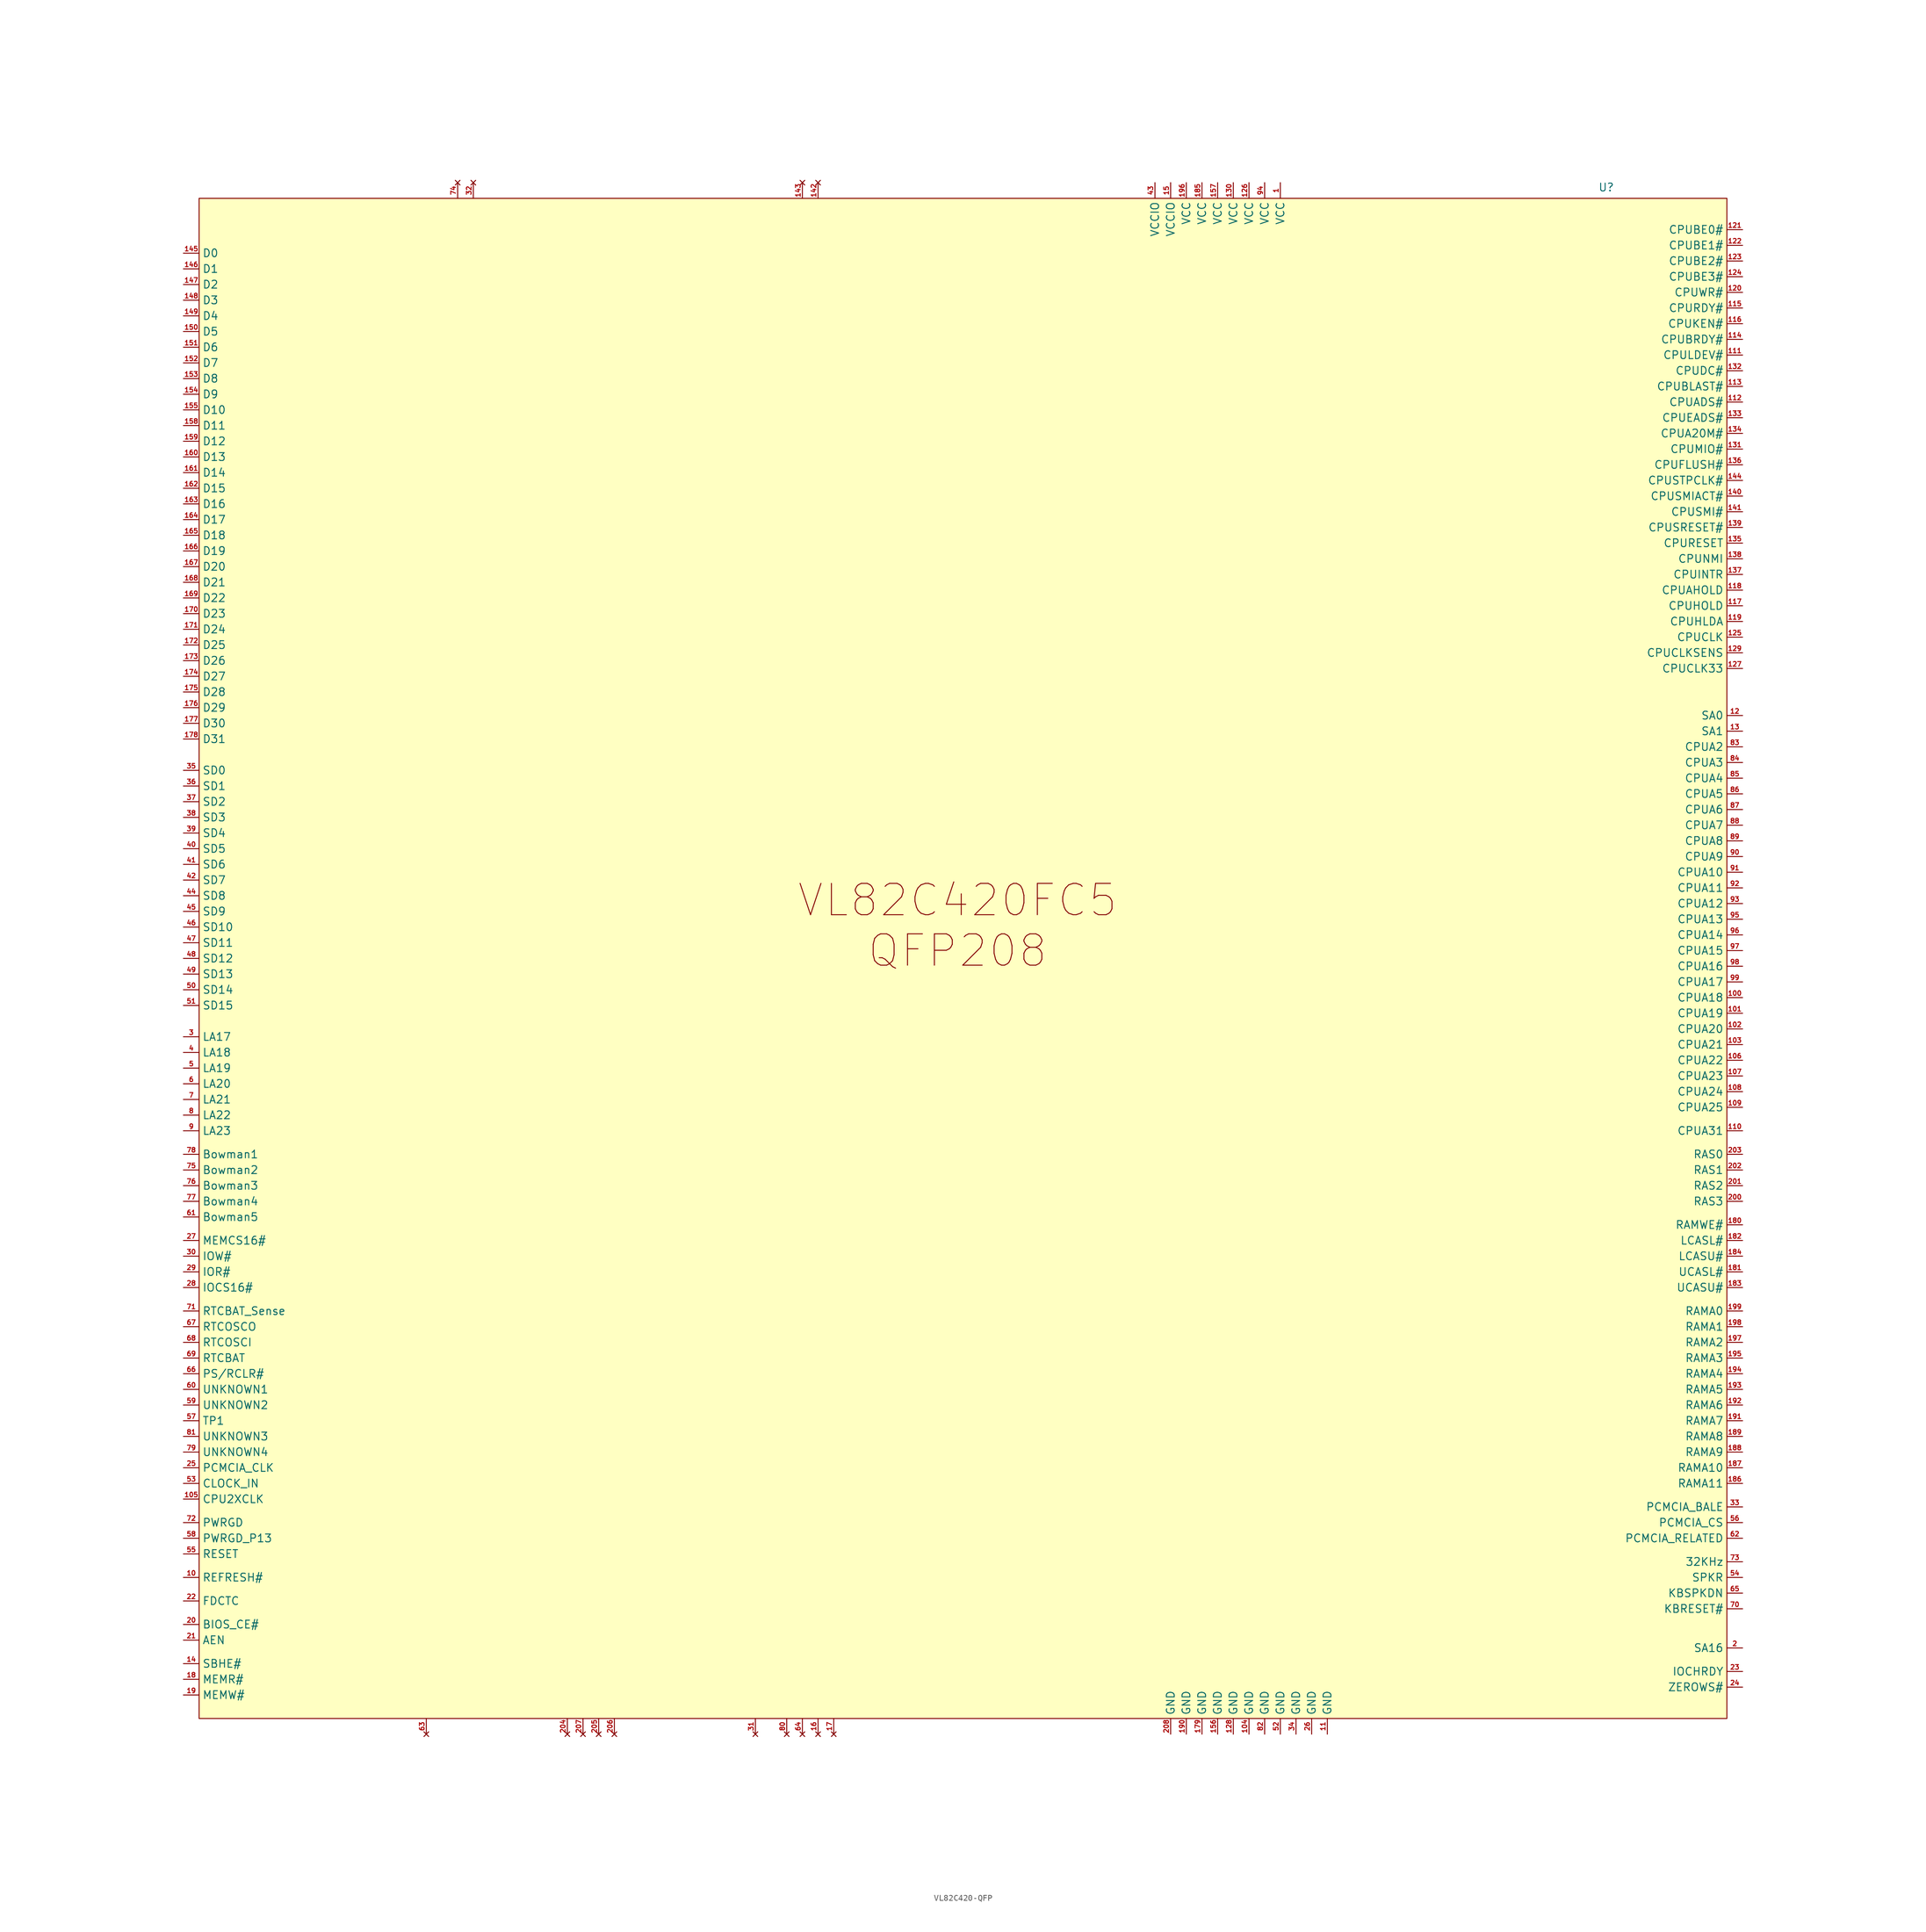
<source format=kicad_sym>
(kicad_symbol_lib
  (version 20241209)
  (generator "kicad_symbol_editor")
  (generator_version "9.0")
  (symbol "VL82C420-QFP"
    (property "Reference" "U"
      (at 104.902 119.888 0)
      (effects (font (size 1.27 1.27))))
    (property "Value" ""
      (at 0 0 0)
      (effects (font (size 1.27 1.27))))
    (symbol "VL82C420-QFP_1_1"
      (rectangle (start -123.19 118.11) (end 124.46 -128.27) (stroke (width 0) (type solid)) (fill (type color) (color 255 255 194 1)))
      (text "VL82C420FC5\nQFP208\n" (at -0.254 0.254 0) (effects (font (size 5.08 5.08))))
      (pin bidirectional line (at -125.73 109.22 0) (length 2.54) (name "D0" (effects (font (size 1.27 1.27)))) (number "145" (effects (font (size 0.762 0.762)))))
      (pin bidirectional line (at -125.73 106.68 0) (length 2.54) (name "D1" (effects (font (size 1.27 1.27)))) (number "146" (effects (font (size 0.762 0.762)))))
      (pin bidirectional line (at -125.73 104.14 0) (length 2.54) (name "D2" (effects (font (size 1.27 1.27)))) (number "147" (effects (font (size 0.762 0.762)))))
      (pin bidirectional line (at -125.73 101.6 0) (length 2.54) (name "D3" (effects (font (size 1.27 1.27)))) (number "148" (effects (font (size 0.762 0.762)))))
      (pin bidirectional line (at -125.73 99.06 0) (length 2.54) (name "D4" (effects (font (size 1.27 1.27)))) (number "149" (effects (font (size 0.762 0.762)))))
      (pin bidirectional line (at -125.73 96.52 0) (length 2.54) (name "D5" (effects (font (size 1.27 1.27)))) (number "150" (effects (font (size 0.762 0.762)))))
      (pin bidirectional line (at -125.73 93.98 0) (length 2.54) (name "D6" (effects (font (size 1.27 1.27)))) (number "151" (effects (font (size 0.762 0.762)))))
      (pin bidirectional line (at -125.73 91.44 0) (length 2.54) (name "D7" (effects (font (size 1.27 1.27)))) (number "152" (effects (font (size 0.762 0.762)))))
      (pin bidirectional line (at -125.73 88.9 0) (length 2.54) (name "D8" (effects (font (size 1.27 1.27)))) (number "153" (effects (font (size 0.762 0.762)))))
      (pin bidirectional line (at -125.73 86.36 0) (length 2.54) (name "D9" (effects (font (size 1.27 1.27)))) (number "154" (effects (font (size 0.762 0.762)))))
      (pin bidirectional line (at -125.73 83.82 0) (length 2.54) (name "D10" (effects (font (size 1.27 1.27)))) (number "155" (effects (font (size 0.762 0.762)))))
      (pin bidirectional line (at -125.73 81.28 0) (length 2.54) (name "D11" (effects (font (size 1.27 1.27)))) (number "158" (effects (font (size 0.762 0.762)))))
      (pin bidirectional line (at -125.73 78.74 0) (length 2.54) (name "D12" (effects (font (size 1.27 1.27)))) (number "159" (effects (font (size 0.762 0.762)))))
      (pin bidirectional line (at -125.73 76.2 0) (length 2.54) (name "D13" (effects (font (size 1.27 1.27)))) (number "160" (effects (font (size 0.762 0.762)))))
      (pin bidirectional line (at -125.73 73.66 0) (length 2.54) (name "D14" (effects (font (size 1.27 1.27)))) (number "161" (effects (font (size 0.762 0.762)))))
      (pin bidirectional line (at -125.73 71.12 0) (length 2.54) (name "D15" (effects (font (size 1.27 1.27)))) (number "162" (effects (font (size 0.762 0.762)))))
      (pin bidirectional line (at -125.73 68.58 0) (length 2.54) (name "D16" (effects (font (size 1.27 1.27)))) (number "163" (effects (font (size 0.762 0.762)))))
      (pin bidirectional line (at -125.73 66.04 0) (length 2.54) (name "D17" (effects (font (size 1.27 1.27)))) (number "164" (effects (font (size 0.762 0.762)))))
      (pin bidirectional line (at -125.73 63.5 0) (length 2.54) (name "D18" (effects (font (size 1.27 1.27)))) (number "165" (effects (font (size 0.762 0.762)))))
      (pin bidirectional line (at -125.73 60.96 0) (length 2.54) (name "D19" (effects (font (size 1.27 1.27)))) (number "166" (effects (font (size 0.762 0.762)))))
      (pin bidirectional line (at -125.73 58.42 0) (length 2.54) (name "D20" (effects (font (size 1.27 1.27)))) (number "167" (effects (font (size 0.762 0.762)))))
      (pin bidirectional line (at -125.73 55.88 0) (length 2.54) (name "D21" (effects (font (size 1.27 1.27)))) (number "168" (effects (font (size 0.762 0.762)))))
      (pin bidirectional line (at -125.73 53.34 0) (length 2.54) (name "D22" (effects (font (size 1.27 1.27)))) (number "169" (effects (font (size 0.762 0.762)))))
      (pin bidirectional line (at -125.73 50.8 0) (length 2.54) (name "D23" (effects (font (size 1.27 1.27)))) (number "170" (effects (font (size 0.762 0.762)))))
      (pin bidirectional line (at -125.73 48.26 0) (length 2.54) (name "D24" (effects (font (size 1.27 1.27)))) (number "171" (effects (font (size 0.762 0.762)))))
      (pin bidirectional line (at -125.73 45.72 0) (length 2.54) (name "D25" (effects (font (size 1.27 1.27)))) (number "172" (effects (font (size 0.762 0.762)))))
      (pin bidirectional line (at -125.73 43.18 0) (length 2.54) (name "D26" (effects (font (size 1.27 1.27)))) (number "173" (effects (font (size 0.762 0.762)))))
      (pin bidirectional line (at -125.73 40.64 0) (length 2.54) (name "D27" (effects (font (size 1.27 1.27)))) (number "174" (effects (font (size 0.762 0.762)))))
      (pin bidirectional line (at -125.73 38.1 0) (length 2.54) (name "D28" (effects (font (size 1.27 1.27)))) (number "175" (effects (font (size 0.762 0.762)))))
      (pin bidirectional line (at -125.73 35.56 0) (length 2.54) (name "D29" (effects (font (size 1.27 1.27)))) (number "176" (effects (font (size 0.762 0.762)))))
      (pin bidirectional line (at -125.73 33.02 0) (length 2.54) (name "D30" (effects (font (size 1.27 1.27)))) (number "177" (effects (font (size 0.762 0.762)))))
      (pin bidirectional line (at -125.73 30.48 0) (length 2.54) (name "D31" (effects (font (size 1.27 1.27)))) (number "178" (effects (font (size 0.762 0.762)))))
      (pin bidirectional line (at -125.73 25.4 0) (length 2.54) (name "SD0" (effects (font (size 1.27 1.27)))) (number "35" (effects (font (size 0.762 0.762)))))
      (pin bidirectional line (at -125.73 22.86 0) (length 2.54) (name "SD1" (effects (font (size 1.27 1.27)))) (number "36" (effects (font (size 0.762 0.762)))))
      (pin bidirectional line (at -125.73 20.32 0) (length 2.54) (name "SD2" (effects (font (size 1.27 1.27)))) (number "37" (effects (font (size 0.762 0.762)))))
      (pin bidirectional line (at -125.73 17.78 0) (length 2.54) (name "SD3" (effects (font (size 1.27 1.27)))) (number "38" (effects (font (size 0.762 0.762)))))
      (pin bidirectional line (at -125.73 15.24 0) (length 2.54) (name "SD4" (effects (font (size 1.27 1.27)))) (number "39" (effects (font (size 0.762 0.762)))))
      (pin bidirectional line (at -125.73 12.7 0) (length 2.54) (name "SD5" (effects (font (size 1.27 1.27)))) (number "40" (effects (font (size 0.762 0.762)))))
      (pin bidirectional line (at -125.73 10.16 0) (length 2.54) (name "SD6" (effects (font (size 1.27 1.27)))) (number "41" (effects (font (size 0.762 0.762)))))
      (pin bidirectional line (at -125.73 7.62 0) (length 2.54) (name "SD7" (effects (font (size 1.27 1.27)))) (number "42" (effects (font (size 0.762 0.762)))))
      (pin bidirectional line (at -125.73 5.08 0) (length 2.54) (name "SD8" (effects (font (size 1.27 1.27)))) (number "44" (effects (font (size 0.762 0.762)))))
      (pin bidirectional line (at -125.73 2.54 0) (length 2.54) (name "SD9" (effects (font (size 1.27 1.27)))) (number "45" (effects (font (size 0.762 0.762)))))
      (pin bidirectional line (at -125.73 0 0) (length 2.54) (name "SD10" (effects (font (size 1.27 1.27)))) (number "46" (effects (font (size 0.762 0.762)))))
      (pin bidirectional line (at -125.73 -2.54 0) (length 2.54) (name "SD11" (effects (font (size 1.27 1.27)))) (number "47" (effects (font (size 0.762 0.762)))))
      (pin bidirectional line (at -125.73 -5.08 0) (length 2.54) (name "SD12" (effects (font (size 1.27 1.27)))) (number "48" (effects (font (size 0.762 0.762)))))
      (pin bidirectional line (at -125.73 -7.62 0) (length 2.54) (name "SD13" (effects (font (size 1.27 1.27)))) (number "49" (effects (font (size 0.762 0.762)))))
      (pin bidirectional line (at -125.73 -10.16 0) (length 2.54) (name "SD14" (effects (font (size 1.27 1.27)))) (number "50" (effects (font (size 0.762 0.762)))))
      (pin bidirectional line (at -125.73 -12.7 0) (length 2.54) (name "SD15" (effects (font (size 1.27 1.27)))) (number "51" (effects (font (size 0.762 0.762)))))
      (pin bidirectional line (at -125.73 -17.78 0) (length 2.54) (name "LA17" (effects (font (size 1.27 1.27)))) (number "3" (effects (font (size 0.762 0.762)))))
      (pin bidirectional line (at -125.73 -20.32 0) (length 2.54) (name "LA18" (effects (font (size 1.27 1.27)))) (number "4" (effects (font (size 0.762 0.762)))))
      (pin bidirectional line (at -125.73 -22.86 0) (length 2.54) (name "LA19" (effects (font (size 1.27 1.27)))) (number "5" (effects (font (size 0.762 0.762)))))
      (pin bidirectional line (at -125.73 -25.4 0) (length 2.54) (name "LA20" (effects (font (size 1.27 1.27)))) (number "6" (effects (font (size 0.762 0.762)))))
      (pin bidirectional line (at -125.73 -27.94 0) (length 2.54) (name "LA21" (effects (font (size 1.27 1.27)))) (number "7" (effects (font (size 0.762 0.762)))))
      (pin bidirectional line (at -125.73 -30.48 0) (length 2.54) (name "LA22" (effects (font (size 1.27 1.27)))) (number "8" (effects (font (size 0.762 0.762)))))
      (pin bidirectional line (at -125.73 -33.02 0) (length 2.54) (name "LA23" (effects (font (size 1.27 1.27)))) (number "9" (effects (font (size 0.762 0.762)))))
      (pin bidirectional line (at -125.73 -36.83 0) (length 2.54) (name "Bowman1" (effects (font (size 1.27 1.27)))) (number "78" (effects (font (size 0.762 0.762)))))
      (pin bidirectional line (at -125.73 -39.37 0) (length 2.54) (name "Bowman2" (effects (font (size 1.27 1.27)))) (number "75" (effects (font (size 0.762 0.762)))))
      (pin bidirectional line (at -125.73 -41.91 0) (length 2.54) (name "Bowman3" (effects (font (size 1.27 1.27)))) (number "76" (effects (font (size 0.762 0.762)))))
      (pin bidirectional line (at -125.73 -44.45 0) (length 2.54) (name "Bowman4" (effects (font (size 1.27 1.27)))) (number "77" (effects (font (size 0.762 0.762)))))
      (pin bidirectional line (at -125.73 -46.99 0) (length 2.54) (name "Bowman5" (effects (font (size 1.27 1.27)))) (number "61" (effects (font (size 0.762 0.762)))))
      (pin input line (at -125.73 -50.8 0) (length 2.54) (name "MEMCS16#" (effects (font (size 1.27 1.27)))) (number "27" (effects (font (size 0.762 0.762)))))
      (pin output line (at -125.73 -53.34 0) (length 2.54) (name "IOW#" (effects (font (size 1.27 1.27)))) (number "30" (effects (font (size 0.762 0.762)))))
      (pin output line (at -125.73 -55.88 0) (length 2.54) (name "IOR#" (effects (font (size 1.27 1.27)))) (number "29" (effects (font (size 0.762 0.762)))))
      (pin input line (at -125.73 -58.42 0) (length 2.54) (name "IOCS16#" (effects (font (size 1.27 1.27)))) (number "28" (effects (font (size 0.762 0.762)))))
      (pin bidirectional line (at -125.73 -62.23 0) (length 2.54) (name "RTCBAT_Sense" (effects (font (size 1.27 1.27)))) (number "71" (effects (font (size 0.762 0.762)))))
      (pin bidirectional line (at -125.73 -64.77 0) (length 2.54) (name "RTCOSCO" (effects (font (size 1.27 1.27)))) (number "67" (effects (font (size 0.762 0.762)))))
      (pin bidirectional line (at -125.73 -67.31 0) (length 2.54) (name "RTCOSCI" (effects (font (size 1.27 1.27)))) (number "68" (effects (font (size 0.762 0.762)))))
      (pin input line (at -125.73 -69.85 0) (length 2.54) (name "RTCBAT" (effects (font (size 1.27 1.27)))) (number "69" (effects (font (size 0.762 0.762)))))
      (pin bidirectional line (at -125.73 -72.39 0) (length 2.54) (name "PS/RCLR#" (effects (font (size 1.27 1.27)))) (number "66" (effects (font (size 0.762 0.762)))))
      (pin bidirectional line (at -125.73 -74.93 0) (length 2.54) (name "UNKNOWN1" (effects (font (size 1.27 1.27)))) (number "60" (effects (font (size 0.762 0.762)))))
      (pin bidirectional line (at -125.73 -77.47 0) (length 2.54) (name "UNKNOWN2" (effects (font (size 1.27 1.27)))) (number "59" (effects (font (size 0.762 0.762)))))
      (pin bidirectional line (at -125.73 -80.01 0) (length 2.54) (name "TP1" (effects (font (size 1.27 1.27)))) (number "57" (effects (font (size 0.762 0.762)))))
      (pin bidirectional line (at -125.73 -82.55 0) (length 2.54) (name "UNKNOWN3" (effects (font (size 1.27 1.27)))) (number "81" (effects (font (size 0.762 0.762)))))
      (pin bidirectional line (at -125.73 -85.09 0) (length 2.54) (name "UNKNOWN4" (effects (font (size 1.27 1.27)))) (number "79" (effects (font (size 0.762 0.762)))))
      (pin output line (at -125.73 -87.63 0) (length 2.54) (name "PCMCIA_CLK" (effects (font (size 1.27 1.27)))) (number "25" (effects (font (size 0.762 0.762)))))
      (pin input line (at -125.73 -90.17 0) (length 2.54) (name "CLOCK_IN" (effects (font (size 1.27 1.27)))) (number "53" (effects (font (size 0.762 0.762)))))
      (pin input line (at -125.73 -92.71 0) (length 2.54) (name "CPU2XCLK" (effects (font (size 1.27 1.27)))) (number "105" (effects (font (size 0.762 0.762)))))
      (pin output line (at -125.73 -96.52 0) (length 2.54) (name "PWRGD" (effects (font (size 1.27 1.27)))) (number "72" (effects (font (size 0.762 0.762)))))
      (pin output line (at -125.73 -99.06 0) (length 2.54) (name "PWRGD_P13" (effects (font (size 1.27 1.27)))) (number "58" (effects (font (size 0.762 0.762)))))
      (pin bidirectional line (at -125.73 -101.6 0) (length 2.54) (name "RESET" (effects (font (size 1.27 1.27)))) (number "55" (effects (font (size 0.762 0.762)))))
      (pin bidirectional line (at -125.73 -105.41 0) (length 2.54) (name "REFRESH#" (effects (font (size 1.27 1.27)))) (number "10" (effects (font (size 0.762 0.762)))))
      (pin bidirectional line (at -125.73 -109.22 0) (length 2.54) (name "FDCTC" (effects (font (size 1.27 1.27)))) (number "22" (effects (font (size 0.762 0.762)))))
      (pin output line (at -125.73 -113.03 0) (length 2.54) (name "BIOS_CE#" (effects (font (size 1.27 1.27)))) (number "20" (effects (font (size 0.762 0.762)))))
      (pin output line (at -125.73 -115.57 0) (length 2.54) (name "AEN" (effects (font (size 1.27 1.27)))) (number "21" (effects (font (size 0.762 0.762)))))
      (pin bidirectional line (at -125.73 -119.38 0) (length 2.54) (name "SBHE#" (effects (font (size 1.27 1.27)))) (number "14" (effects (font (size 0.762 0.762)))))
      (pin bidirectional line (at -125.73 -121.92 0) (length 2.54) (name "MEMR#" (effects (font (size 1.27 1.27)))) (number "18" (effects (font (size 0.762 0.762)))))
      (pin bidirectional line (at -125.73 -124.46 0) (length 2.54) (name "MEMW#" (effects (font (size 1.27 1.27)))) (number "19" (effects (font (size 0.762 0.762)))))
      (pin no_connect line (at -86.36 -130.81 90) (length 2.54) (name "" (effects (font (size 1.27 1.27)))) (number "63" (effects (font (size 0.762 0.762)))))
      (pin no_connect line (at -81.28 120.65 270) (length 2.54) (name "" (effects (font (size 1.27 1.27)))) (number "74" (effects (font (size 0.762 0.762)))))
      (pin no_connect line (at -78.74 120.65 270) (length 2.54) (name "" (effects (font (size 1.27 1.27)))) (number "32" (effects (font (size 0.762 0.762)))))
      (pin no_connect line (at -63.5 -130.81 90) (length 2.54) (name "" (effects (font (size 1.27 1.27)))) (number "204" (effects (font (size 0.762 0.762)))))
      (pin no_connect line (at -60.96 -130.81 90) (length 2.54) (name "" (effects (font (size 1.27 1.27)))) (number "207" (effects (font (size 0.762 0.762)))))
      (pin no_connect line (at -58.42 -130.81 90) (length 2.54) (name "" (effects (font (size 1.27 1.27)))) (number "205" (effects (font (size 0.762 0.762)))))
      (pin no_connect line (at -55.88 -130.81 90) (length 2.54) (name "" (effects (font (size 1.27 1.27)))) (number "206" (effects (font (size 0.762 0.762)))))
      (pin no_connect line (at -33.02 -130.81 90) (length 2.54) (name "" (effects (font (size 1.27 1.27)))) (number "31" (effects (font (size 0.762 0.762)))))
      (pin no_connect line (at -27.94 -130.81 90) (length 2.54) (name "" (effects (font (size 1.27 1.27)))) (number "80" (effects (font (size 0.762 0.762)))))
      (pin no_connect line (at -25.4 120.65 270) (length 2.54) (name "" (effects (font (size 1.27 1.27)))) (number "143" (effects (font (size 0.762 0.762)))))
      (pin no_connect line (at -25.4 -130.81 90) (length 2.54) (name "" (effects (font (size 1.27 1.27)))) (number "64" (effects (font (size 0.762 0.762)))))
      (pin no_connect line (at -22.86 120.65 270) (length 2.54) (name "" (effects (font (size 1.27 1.27)))) (number "142" (effects (font (size 0.762 0.762)))))
      (pin no_connect line (at -22.86 -130.81 90) (length 2.54) (name "" (effects (font (size 1.27 1.27)))) (number "16" (effects (font (size 0.762 0.762)))))
      (pin no_connect line (at -20.32 -130.81 90) (length 2.54) (name "" (effects (font (size 1.27 1.27)))) (number "17" (effects (font (size 0.762 0.762)))))
      (pin power_in line (at 31.75 120.65 270) (length 2.54) (name "VCCIO" (effects (font (size 1.27 1.27)))) (number "43" (effects (font (size 0.762 0.762)))))
      (pin power_in line (at 34.29 120.65 270) (length 2.54) (name "VCCIO" (effects (font (size 1.27 1.27)))) (number "15" (effects (font (size 0.762 0.762)))))
      (pin power_in line (at 34.29 -130.81 90) (length 2.54) (name "GND" (effects (font (size 1.27 1.27)))) (number "208" (effects (font (size 0.762 0.762)))))
      (pin power_in line (at 36.83 120.65 270) (length 2.54) (name "VCC" (effects (font (size 1.27 1.27)))) (number "196" (effects (font (size 0.762 0.762)))))
      (pin power_in line (at 36.83 -130.81 90) (length 2.54) (name "GND" (effects (font (size 1.27 1.27)))) (number "190" (effects (font (size 0.762 0.762)))))
      (pin power_in line (at 39.37 120.65 270) (length 2.54) (name "VCC" (effects (font (size 1.27 1.27)))) (number "185" (effects (font (size 0.762 0.762)))))
      (pin power_in line (at 39.37 -130.81 90) (length 2.54) (name "GND" (effects (font (size 1.27 1.27)))) (number "179" (effects (font (size 0.762 0.762)))))
      (pin power_in line (at 41.91 120.65 270) (length 2.54) (name "VCC" (effects (font (size 1.27 1.27)))) (number "157" (effects (font (size 0.762 0.762)))))
      (pin power_in line (at 41.91 -130.81 90) (length 2.54) (name "GND" (effects (font (size 1.27 1.27)))) (number "156" (effects (font (size 0.762 0.762)))))
      (pin power_in line (at 44.45 120.65 270) (length 2.54) (name "VCC" (effects (font (size 1.27 1.27)))) (number "130" (effects (font (size 0.762 0.762)))))
      (pin power_in line (at 44.45 -130.81 90) (length 2.54) (name "GND" (effects (font (size 1.27 1.27)))) (number "128" (effects (font (size 0.762 0.762)))))
      (pin power_in line (at 46.99 120.65 270) (length 2.54) (name "VCC" (effects (font (size 1.27 1.27)))) (number "126" (effects (font (size 0.762 0.762)))))
      (pin power_in line (at 46.99 -130.81 90) (length 2.54) (name "GND" (effects (font (size 1.27 1.27)))) (number "104" (effects (font (size 0.762 0.762)))))
      (pin power_in line (at 49.53 120.65 270) (length 2.54) (name "VCC" (effects (font (size 1.27 1.27)))) (number "94" (effects (font (size 0.762 0.762)))))
      (pin power_in line (at 49.53 -130.81 90) (length 2.54) (name "GND" (effects (font (size 1.27 1.27)))) (number "82" (effects (font (size 0.762 0.762)))))
      (pin power_in line (at 52.07 120.65 270) (length 2.54) (name "VCC" (effects (font (size 1.27 1.27)))) (number "1" (effects (font (size 0.762 0.762)))))
      (pin power_in line (at 52.07 -130.81 90) (length 2.54) (name "GND" (effects (font (size 1.27 1.27)))) (number "52" (effects (font (size 0.762 0.762)))))
      (pin power_in line (at 54.61 -130.81 90) (length 2.54) (name "GND" (effects (font (size 1.27 1.27)))) (number "34" (effects (font (size 0.762 0.762)))))
      (pin power_in line (at 57.15 -130.81 90) (length 2.54) (name "GND" (effects (font (size 1.27 1.27)))) (number "26" (effects (font (size 0.762 0.762)))))
      (pin power_in line (at 59.69 -130.81 90) (length 2.54) (name "GND" (effects (font (size 1.27 1.27)))) (number "11" (effects (font (size 0.762 0.762)))))
      (pin input line (at 127 113.03 180) (length 2.54) (name "CPUBE0#" (effects (font (size 1.27 1.27)))) (number "121" (effects (font (size 0.762 0.762)))))
      (pin input line (at 127 110.49 180) (length 2.54) (name "CPUBE1#" (effects (font (size 1.27 1.27)))) (number "122" (effects (font (size 0.762 0.762)))))
      (pin input line (at 127 107.95 180) (length 2.54) (name "CPUBE2#" (effects (font (size 1.27 1.27)))) (number "123" (effects (font (size 0.762 0.762)))))
      (pin input line (at 127 105.41 180) (length 2.54) (name "CPUBE3#" (effects (font (size 1.27 1.27)))) (number "124" (effects (font (size 0.762 0.762)))))
      (pin input line (at 127 102.87 180) (length 2.54) (name "CPUWR#" (effects (font (size 1.27 1.27)))) (number "120" (effects (font (size 0.762 0.762)))))
      (pin output line (at 127 100.33 180) (length 2.54) (name "CPURDY#" (effects (font (size 1.27 1.27)))) (number "115" (effects (font (size 0.762 0.762)))))
      (pin output line (at 127 97.79 180) (length 2.54) (name "CPUKEN#" (effects (font (size 1.27 1.27)))) (number "116" (effects (font (size 0.762 0.762)))))
      (pin output line (at 127 95.25 180) (length 2.54) (name "CPUBRDY#" (effects (font (size 1.27 1.27)))) (number "114" (effects (font (size 0.762 0.762)))))
      (pin output line (at 127 92.71 180) (length 2.54) (name "CPULDEV#" (effects (font (size 1.27 1.27)))) (number "111" (effects (font (size 0.762 0.762)))))
      (pin input line (at 127 90.17 180) (length 2.54) (name "CPUDC#" (effects (font (size 1.27 1.27)))) (number "132" (effects (font (size 0.762 0.762)))))
      (pin input line (at 127 87.63 180) (length 2.54) (name "CPUBLAST#" (effects (font (size 1.27 1.27)))) (number "113" (effects (font (size 0.762 0.762)))))
      (pin input line (at 127 85.09 180) (length 2.54) (name "CPUADS#" (effects (font (size 1.27 1.27)))) (number "112" (effects (font (size 0.762 0.762)))))
      (pin output line (at 127 82.55 180) (length 2.54) (name "CPUEADS#" (effects (font (size 1.27 1.27)))) (number "133" (effects (font (size 0.762 0.762)))))
      (pin output line (at 127 80.01 180) (length 2.54) (name "CPUA20M#" (effects (font (size 1.27 1.27)))) (number "134" (effects (font (size 0.762 0.762)))))
      (pin input line (at 127 77.47 180) (length 2.54) (name "CPUMIO#" (effects (font (size 1.27 1.27)))) (number "131" (effects (font (size 0.762 0.762)))))
      (pin output line (at 127 74.93 180) (length 2.54) (name "CPUFLUSH#" (effects (font (size 1.27 1.27)))) (number "136" (effects (font (size 0.762 0.762)))))
      (pin output line (at 127 72.39 180) (length 2.54) (name "CPUSTPCLK#" (effects (font (size 1.27 1.27)))) (number "144" (effects (font (size 0.762 0.762)))))
      (pin input line (at 127 69.85 180) (length 2.54) (name "CPUSMIACT#" (effects (font (size 1.27 1.27)))) (number "140" (effects (font (size 0.762 0.762)))))
      (pin output line (at 127 67.31 180) (length 2.54) (name "CPUSMI#" (effects (font (size 1.27 1.27)))) (number "141" (effects (font (size 0.762 0.762)))))
      (pin output line (at 127 64.77 180) (length 2.54) (name "CPUSRESET#" (effects (font (size 1.27 1.27)))) (number "139" (effects (font (size 0.762 0.762)))))
      (pin output line (at 127 62.23 180) (length 2.54) (name "CPURESET" (effects (font (size 1.27 1.27)))) (number "135" (effects (font (size 0.762 0.762)))))
      (pin output line (at 127 59.69 180) (length 2.54) (name "CPUNMI" (effects (font (size 1.27 1.27)))) (number "138" (effects (font (size 0.762 0.762)))))
      (pin output line (at 127 57.15 180) (length 2.54) (name "CPUINTR" (effects (font (size 1.27 1.27)))) (number "137" (effects (font (size 0.762 0.762)))))
      (pin output line (at 127 54.61 180) (length 2.54) (name "CPUAHOLD" (effects (font (size 1.27 1.27)))) (number "118" (effects (font (size 0.762 0.762)))))
      (pin output line (at 127 52.07 180) (length 2.54) (name "CPUHOLD" (effects (font (size 1.27 1.27)))) (number "117" (effects (font (size 0.762 0.762)))))
      (pin input line (at 127 49.53 180) (length 2.54) (name "CPUHLDA" (effects (font (size 1.27 1.27)))) (number "119" (effects (font (size 0.762 0.762)))))
      (pin output line (at 127 46.99 180) (length 2.54) (name "CPUCLK" (effects (font (size 1.27 1.27)))) (number "125" (effects (font (size 0.762 0.762)))))
      (pin output line (at 127 44.45 180) (length 2.54) (name "CPUCLKSENS" (effects (font (size 1.27 1.27)))) (number "129" (effects (font (size 0.762 0.762)))))
      (pin output line (at 127 41.91 180) (length 2.54) (name "CPUCLK33" (effects (font (size 1.27 1.27)))) (number "127" (effects (font (size 0.762 0.762)))))
      (pin bidirectional line (at 127 34.29 180) (length 2.54) (name "SA0" (effects (font (size 1.27 1.27)))) (number "12" (effects (font (size 0.762 0.762)))))
      (pin bidirectional line (at 127 31.75 180) (length 2.54) (name "SA1" (effects (font (size 1.27 1.27)))) (number "13" (effects (font (size 0.762 0.762)))))
      (pin bidirectional line (at 127 29.21 180) (length 2.54) (name "CPUA2" (effects (font (size 1.27 1.27)))) (number "83" (effects (font (size 0.762 0.762)))))
      (pin bidirectional line (at 127 26.67 180) (length 2.54) (name "CPUA3" (effects (font (size 1.27 1.27)))) (number "84" (effects (font (size 0.762 0.762)))))
      (pin bidirectional line (at 127 24.13 180) (length 2.54) (name "CPUA4" (effects (font (size 1.27 1.27)))) (number "85" (effects (font (size 0.762 0.762)))))
      (pin bidirectional line (at 127 21.59 180) (length 2.54) (name "CPUA5" (effects (font (size 1.27 1.27)))) (number "86" (effects (font (size 0.762 0.762)))))
      (pin bidirectional line (at 127 19.05 180) (length 2.54) (name "CPUA6" (effects (font (size 1.27 1.27)))) (number "87" (effects (font (size 0.762 0.762)))))
      (pin bidirectional line (at 127 16.51 180) (length 2.54) (name "CPUA7" (effects (font (size 1.27 1.27)))) (number "88" (effects (font (size 0.762 0.762)))))
      (pin bidirectional line (at 127 13.97 180) (length 2.54) (name "CPUA8" (effects (font (size 1.27 1.27)))) (number "89" (effects (font (size 0.762 0.762)))))
      (pin bidirectional line (at 127 11.43 180) (length 2.54) (name "CPUA9" (effects (font (size 1.27 1.27)))) (number "90" (effects (font (size 0.762 0.762)))))
      (pin bidirectional line (at 127 8.89 180) (length 2.54) (name "CPUA10" (effects (font (size 1.27 1.27)))) (number "91" (effects (font (size 0.762 0.762)))))
      (pin bidirectional line (at 127 6.35 180) (length 2.54) (name "CPUA11" (effects (font (size 1.27 1.27)))) (number "92" (effects (font (size 0.762 0.762)))))
      (pin bidirectional line (at 127 3.81 180) (length 2.54) (name "CPUA12" (effects (font (size 1.27 1.27)))) (number "93" (effects (font (size 0.762 0.762)))))
      (pin bidirectional line (at 127 1.27 180) (length 2.54) (name "CPUA13" (effects (font (size 1.27 1.27)))) (number "95" (effects (font (size 0.762 0.762)))))
      (pin bidirectional line (at 127 -1.27 180) (length 2.54) (name "CPUA14" (effects (font (size 1.27 1.27)))) (number "96" (effects (font (size 0.762 0.762)))))
      (pin bidirectional line (at 127 -3.81 180) (length 2.54) (name "CPUA15" (effects (font (size 1.27 1.27)))) (number "97" (effects (font (size 0.762 0.762)))))
      (pin bidirectional line (at 127 -6.35 180) (length 2.54) (name "CPUA16" (effects (font (size 1.27 1.27)))) (number "98" (effects (font (size 0.762 0.762)))))
      (pin bidirectional line (at 127 -8.89 180) (length 2.54) (name "CPUA17" (effects (font (size 1.27 1.27)))) (number "99" (effects (font (size 0.762 0.762)))))
      (pin bidirectional line (at 127 -11.43 180) (length 2.54) (name "CPUA18" (effects (font (size 1.27 1.27)))) (number "100" (effects (font (size 0.762 0.762)))))
      (pin bidirectional line (at 127 -13.97 180) (length 2.54) (name "CPUA19" (effects (font (size 1.27 1.27)))) (number "101" (effects (font (size 0.762 0.762)))))
      (pin bidirectional line (at 127 -16.51 180) (length 2.54) (name "CPUA20" (effects (font (size 1.27 1.27)))) (number "102" (effects (font (size 0.762 0.762)))))
      (pin bidirectional line (at 127 -19.05 180) (length 2.54) (name "CPUA21" (effects (font (size 1.27 1.27)))) (number "103" (effects (font (size 0.762 0.762)))))
      (pin bidirectional line (at 127 -21.59 180) (length 2.54) (name "CPUA22" (effects (font (size 1.27 1.27)))) (number "106" (effects (font (size 0.762 0.762)))))
      (pin bidirectional line (at 127 -24.13 180) (length 2.54) (name "CPUA23" (effects (font (size 1.27 1.27)))) (number "107" (effects (font (size 0.762 0.762)))))
      (pin bidirectional line (at 127 -26.67 180) (length 2.54) (name "CPUA24" (effects (font (size 1.27 1.27)))) (number "108" (effects (font (size 0.762 0.762)))))
      (pin bidirectional line (at 127 -29.21 180) (length 2.54) (name "CPUA25" (effects (font (size 1.27 1.27)))) (number "109" (effects (font (size 0.762 0.762)))))
      (pin bidirectional line (at 127 -33.02 180) (length 2.54) (name "CPUA31" (effects (font (size 1.27 1.27)))) (number "110" (effects (font (size 0.762 0.762)))))
      (pin output line (at 127 -36.83 180) (length 2.54) (name "RAS0" (effects (font (size 1.27 1.27)))) (number "203" (effects (font (size 0.762 0.762)))))
      (pin output line (at 127 -39.37 180) (length 2.54) (name "RAS1" (effects (font (size 1.27 1.27)))) (number "202" (effects (font (size 0.762 0.762)))))
      (pin output line (at 127 -41.91 180) (length 2.54) (name "RAS2" (effects (font (size 1.27 1.27)))) (number "201" (effects (font (size 0.762 0.762)))))
      (pin output line (at 127 -44.45 180) (length 2.54) (name "RAS3" (effects (font (size 1.27 1.27)))) (number "200" (effects (font (size 0.762 0.762)))))
      (pin output line (at 127 -48.26 180) (length 2.54) (name "RAMWE#" (effects (font (size 1.27 1.27)))) (number "180" (effects (font (size 0.762 0.762)))))
      (pin output line (at 127 -50.8 180) (length 2.54) (name "LCASL#" (effects (font (size 1.27 1.27)))) (number "182" (effects (font (size 0.762 0.762)))))
      (pin output line (at 127 -53.34 180) (length 2.54) (name "LCASU#" (effects (font (size 1.27 1.27)))) (number "184" (effects (font (size 0.762 0.762)))))
      (pin output line (at 127 -55.88 180) (length 2.54) (name "UCASL#" (effects (font (size 1.27 1.27)))) (number "181" (effects (font (size 0.762 0.762)))))
      (pin output line (at 127 -58.42 180) (length 2.54) (name "UCASU#" (effects (font (size 1.27 1.27)))) (number "183" (effects (font (size 0.762 0.762)))))
      (pin bidirectional line (at 127 -62.23 180) (length 2.54) (name "RAMA0" (effects (font (size 1.27 1.27)))) (number "199" (effects (font (size 0.762 0.762)))))
      (pin bidirectional line (at 127 -64.77 180) (length 2.54) (name "RAMA1" (effects (font (size 1.27 1.27)))) (number "198" (effects (font (size 0.762 0.762)))))
      (pin bidirectional line (at 127 -67.31 180) (length 2.54) (name "RAMA2" (effects (font (size 1.27 1.27)))) (number "197" (effects (font (size 0.762 0.762)))))
      (pin bidirectional line (at 127 -69.85 180) (length 2.54) (name "RAMA3" (effects (font (size 1.27 1.27)))) (number "195" (effects (font (size 0.762 0.762)))))
      (pin bidirectional line (at 127 -72.39 180) (length 2.54) (name "RAMA4" (effects (font (size 1.27 1.27)))) (number "194" (effects (font (size 0.762 0.762)))))
      (pin bidirectional line (at 127 -74.93 180) (length 2.54) (name "RAMA5" (effects (font (size 1.27 1.27)))) (number "193" (effects (font (size 0.762 0.762)))))
      (pin bidirectional line (at 127 -77.47 180) (length 2.54) (name "RAMA6" (effects (font (size 1.27 1.27)))) (number "192" (effects (font (size 0.762 0.762)))))
      (pin bidirectional line (at 127 -80.01 180) (length 2.54) (name "RAMA7" (effects (font (size 1.27 1.27)))) (number "191" (effects (font (size 0.762 0.762)))))
      (pin bidirectional line (at 127 -82.55 180) (length 2.54) (name "RAMA8" (effects (font (size 1.27 1.27)))) (number "189" (effects (font (size 0.762 0.762)))))
      (pin bidirectional line (at 127 -85.09 180) (length 2.54) (name "RAMA9" (effects (font (size 1.27 1.27)))) (number "188" (effects (font (size 0.762 0.762)))))
      (pin bidirectional line (at 127 -87.63 180) (length 2.54) (name "RAMA10" (effects (font (size 1.27 1.27)))) (number "187" (effects (font (size 0.762 0.762)))))
      (pin bidirectional line (at 127 -90.17 180) (length 2.54) (name "RAMA11" (effects (font (size 1.27 1.27)))) (number "186" (effects (font (size 0.762 0.762)))))
      (pin output line (at 127 -93.98 180) (length 2.54) (name "PCMCIA_BALE" (effects (font (size 1.27 1.27)))) (number "33" (effects (font (size 0.762 0.762)))))
      (pin bidirectional line (at 127 -96.52 180) (length 2.54) (name "PCMCIA_CS" (effects (font (size 1.27 1.27)))) (number "56" (effects (font (size 0.762 0.762)))))
      (pin bidirectional line (at 127 -99.06 180) (length 2.54) (name "PCMCIA_RELATED" (effects (font (size 1.27 1.27)))) (number "62" (effects (font (size 0.762 0.762)))))
      (pin output line (at 127 -102.87 180) (length 2.54) (name "32KHz" (effects (font (size 1.27 1.27)))) (number "73" (effects (font (size 0.762 0.762)))))
      (pin output line (at 127 -105.41 180) (length 2.54) (name "SPKR" (effects (font (size 1.27 1.27)))) (number "54" (effects (font (size 0.762 0.762)))))
      (pin input line (at 127 -107.95 180) (length 2.54) (name "KBSPKDN" (effects (font (size 1.27 1.27)))) (number "65" (effects (font (size 0.762 0.762)))))
      (pin bidirectional line (at 127 -110.49 180) (length 2.54) (name "KBRESET#" (effects (font (size 1.27 1.27)))) (number "70" (effects (font (size 0.762 0.762)))))
      (pin bidirectional line (at 127 -116.84 180) (length 2.54) (name "SA16" (effects (font (size 1.27 1.27)))) (number "2" (effects (font (size 0.762 0.762)))))
      (pin bidirectional line (at 127 -120.65 180) (length 2.54) (name "IOCHRDY" (effects (font (size 1.27 1.27)))) (number "23" (effects (font (size 0.762 0.762)))))
      (pin bidirectional line (at 127 -123.19 180) (length 2.54) (name "ZEROWS#" (effects (font (size 1.27 1.27)))) (number "24" (effects (font (size 0.762 0.762))))))))
</source>
